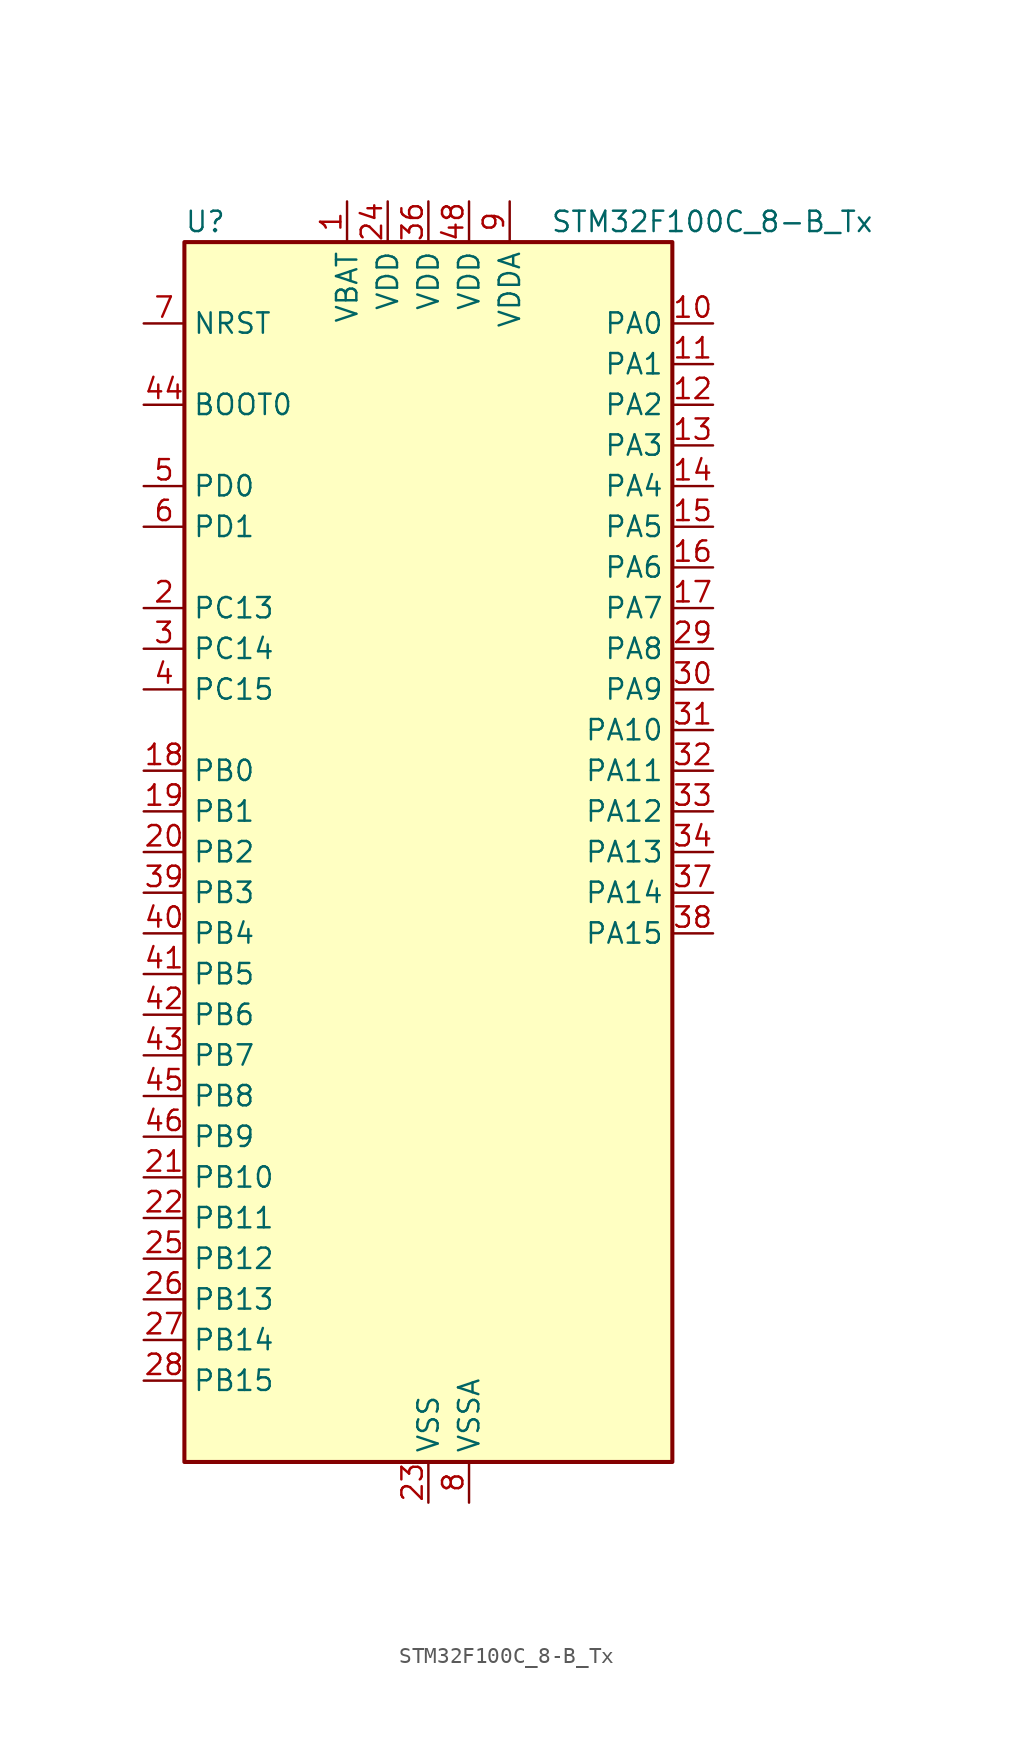
<source format=kicad_sym>
(kicad_symbol_lib
  (version 20241209)
  (generator "kicad_symbol_editor")
  (generator_version "9.0")
  (symbol "STM32F100C_8-B_Tx"
    (property "Reference" "U"
      (at -15.24 39.37 0)
      (effects (font (size 1.27 1.27)) (justify left)))
    (property "Value" "STM32F100C_8-B_Tx"
      (at 7.62 39.37 0)
      (effects (font (size 1.27 1.27)) (justify left)))
    (symbol "STM32F100C_8-B_Tx_0_1"
      (rectangle (start -15.24 -38.1) (end 15.24 38.1) (stroke (width 0.254) (type default)) (fill (type background))))
    (symbol "STM32F100C_8-B_Tx_1_1"
      (pin input line (at -17.78 33.02 0) (length 2.54) (name "NRST" (effects (font (size 1.27 1.27)))) (number "7" (effects (font (size 1.27 1.27)))))
      (pin input line (at -17.78 27.94 0) (length 2.54) (name "BOOT0" (effects (font (size 1.27 1.27)))) (number "44" (effects (font (size 1.27 1.27)))))
      (pin bidirectional line (at -17.78 22.86 0) (length 2.54) (name "PD0" (effects (font (size 1.27 1.27)))) (number "5" (effects (font (size 1.27 1.27)))) (alternate "RCC_OSC_IN" bidirectional line))
      (pin bidirectional line (at -17.78 20.32 0) (length 2.54) (name "PD1" (effects (font (size 1.27 1.27)))) (number "6" (effects (font (size 1.27 1.27)))) (alternate "RCC_OSC_OUT" bidirectional line))
      (pin bidirectional line (at -17.78 15.24 0) (length 2.54) (name "PC13" (effects (font (size 1.27 1.27)))) (number "2" (effects (font (size 1.27 1.27)))) (alternate "RTC_OUT" bidirectional line) (alternate "RTC_TAMPER" bidirectional line))
      (pin bidirectional line (at -17.78 12.7 0) (length 2.54) (name "PC14" (effects (font (size 1.27 1.27)))) (number "3" (effects (font (size 1.27 1.27)))) (alternate "RCC_OSC32_IN" bidirectional line))
      (pin bidirectional line (at -17.78 10.16 0) (length 2.54) (name "PC15" (effects (font (size 1.27 1.27)))) (number "4" (effects (font (size 1.27 1.27)))) (alternate "ADC1_EXTI15" bidirectional line) (alternate "RCC_OSC32_OUT" bidirectional line))
      (pin bidirectional line (at -17.78 5.08 0) (length 2.54) (name "PB0" (effects (font (size 1.27 1.27)))) (number "18" (effects (font (size 1.27 1.27)))) (alternate "ADC1_IN8" bidirectional line) (alternate "TIM1_CH2N" bidirectional line) (alternate "TIM3_CH3" bidirectional line))
      (pin bidirectional line (at -17.78 2.54 0) (length 2.54) (name "PB1" (effects (font (size 1.27 1.27)))) (number "19" (effects (font (size 1.27 1.27)))) (alternate "ADC1_IN9" bidirectional line) (alternate "TIM1_CH3N" bidirectional line) (alternate "TIM3_CH4" bidirectional line))
      (pin bidirectional line (at -17.78 0 0) (length 2.54) (name "PB2" (effects (font (size 1.27 1.27)))) (number "20" (effects (font (size 1.27 1.27)))))
      (pin bidirectional line (at -17.78 -2.54 0) (length 2.54) (name "PB3" (effects (font (size 1.27 1.27)))) (number "39" (effects (font (size 1.27 1.27)))) (alternate "SPI1_SCK" bidirectional line) (alternate "SYS_JTDO-TRACESWO" bidirectional line) (alternate "TIM2_CH2" bidirectional line))
      (pin bidirectional line (at -17.78 -5.08 0) (length 2.54) (name "PB4" (effects (font (size 1.27 1.27)))) (number "40" (effects (font (size 1.27 1.27)))) (alternate "SPI1_MISO" bidirectional line) (alternate "SYS_NJTRST" bidirectional line) (alternate "TIM3_CH1" bidirectional line))
      (pin bidirectional line (at -17.78 -7.62 0) (length 2.54) (name "PB5" (effects (font (size 1.27 1.27)))) (number "41" (effects (font (size 1.27 1.27)))) (alternate "I2C1_SMBA" bidirectional line) (alternate "SPI1_MOSI" bidirectional line) (alternate "TIM16_BKIN" bidirectional line) (alternate "TIM3_CH2" bidirectional line))
      (pin bidirectional line (at -17.78 -10.16 0) (length 2.54) (name "PB6" (effects (font (size 1.27 1.27)))) (number "42" (effects (font (size 1.27 1.27)))) (alternate "I2C1_SCL" bidirectional line) (alternate "TIM16_CH1N" bidirectional line) (alternate "TIM4_CH1" bidirectional line) (alternate "USART1_TX" bidirectional line))
      (pin bidirectional line (at -17.78 -12.7 0) (length 2.54) (name "PB7" (effects (font (size 1.27 1.27)))) (number "43" (effects (font (size 1.27 1.27)))) (alternate "I2C1_SDA" bidirectional line) (alternate "TIM17_CH1N" bidirectional line) (alternate "TIM4_CH2" bidirectional line) (alternate "USART1_RX" bidirectional line))
      (pin bidirectional line (at -17.78 -15.24 0) (length 2.54) (name "PB8" (effects (font (size 1.27 1.27)))) (number "45" (effects (font (size 1.27 1.27)))) (alternate "CEC" bidirectional line) (alternate "I2C1_SCL" bidirectional line) (alternate "TIM16_CH1" bidirectional line) (alternate "TIM4_CH3" bidirectional line))
      (pin bidirectional line (at -17.78 -17.78 0) (length 2.54) (name "PB9" (effects (font (size 1.27 1.27)))) (number "46" (effects (font (size 1.27 1.27)))) (alternate "DAC_EXTI9" bidirectional line) (alternate "I2C1_SDA" bidirectional line) (alternate "TIM17_CH1" bidirectional line) (alternate "TIM4_CH4" bidirectional line))
      (pin bidirectional line (at -17.78 -20.32 0) (length 2.54) (name "PB10" (effects (font (size 1.27 1.27)))) (number "21" (effects (font (size 1.27 1.27)))) (alternate "CEC" bidirectional line) (alternate "I2C2_SCL" bidirectional line) (alternate "TIM2_CH3" bidirectional line) (alternate "USART3_TX" bidirectional line))
      (pin bidirectional line (at -17.78 -22.86 0) (length 2.54) (name "PB11" (effects (font (size 1.27 1.27)))) (number "22" (effects (font (size 1.27 1.27)))) (alternate "ADC1_EXTI11" bidirectional line) (alternate "I2C2_SDA" bidirectional line) (alternate "TIM2_CH4" bidirectional line) (alternate "USART3_RX" bidirectional line))
      (pin bidirectional line (at -17.78 -25.4 0) (length 2.54) (name "PB12" (effects (font (size 1.27 1.27)))) (number "25" (effects (font (size 1.27 1.27)))) (alternate "I2C2_SMBA" bidirectional line) (alternate "SPI2_NSS" bidirectional line) (alternate "TIM1_BKIN" bidirectional line) (alternate "USART3_CK" bidirectional line))
      (pin bidirectional line (at -17.78 -27.94 0) (length 2.54) (name "PB13" (effects (font (size 1.27 1.27)))) (number "26" (effects (font (size 1.27 1.27)))) (alternate "SPI2_SCK" bidirectional line) (alternate "TIM1_CH1N" bidirectional line) (alternate "USART3_CTS" bidirectional line))
      (pin bidirectional line (at -17.78 -30.48 0) (length 2.54) (name "PB14" (effects (font (size 1.27 1.27)))) (number "27" (effects (font (size 1.27 1.27)))) (alternate "SPI2_MISO" bidirectional line) (alternate "TIM15_CH1" bidirectional line) (alternate "TIM1_CH2N" bidirectional line) (alternate "USART3_RTS" bidirectional line))
      (pin bidirectional line (at -17.78 -33.02 0) (length 2.54) (name "PB15" (effects (font (size 1.27 1.27)))) (number "28" (effects (font (size 1.27 1.27)))) (alternate "ADC1_EXTI15" bidirectional line) (alternate "SPI2_MOSI" bidirectional line) (alternate "TIM15_CH1N" bidirectional line) (alternate "TIM15_CH2" bidirectional line) (alternate "TIM1_CH3N" bidirectional line))
      (pin power_in line (at -5.08 40.64 270) (length 2.54) (name "VBAT" (effects (font (size 1.27 1.27)))) (number "1" (effects (font (size 1.27 1.27)))))
      (pin power_in line (at -2.54 40.64 270) (length 2.54) (name "VDD" (effects (font (size 1.27 1.27)))) (number "24" (effects (font (size 1.27 1.27)))))
      (pin power_in line (at 0 40.64 270) (length 2.54) (name "VDD" (effects (font (size 1.27 1.27)))) (number "36" (effects (font (size 1.27 1.27)))))
      (pin power_in line (at 0 -40.64 90) (length 2.54) (name "VSS" (effects (font (size 1.27 1.27)))) (number "23" (effects (font (size 1.27 1.27)))))
      (pin passive line (at 0 -40.64 90) (length 2.54) (hide yes) (name "VSS" (effects (font (size 1.27 1.27)))) (number "35" (effects (font (size 1.27 1.27)))))
      (pin passive line (at 0 -40.64 90) (length 2.54) (hide yes) (name "VSS" (effects (font (size 1.27 1.27)))) (number "47" (effects (font (size 1.27 1.27)))))
      (pin power_in line (at 2.54 40.64 270) (length 2.54) (name "VDD" (effects (font (size 1.27 1.27)))) (number "48" (effects (font (size 1.27 1.27)))))
      (pin power_in line (at 2.54 -40.64 90) (length 2.54) (name "VSSA" (effects (font (size 1.27 1.27)))) (number "8" (effects (font (size 1.27 1.27)))))
      (pin power_in line (at 5.08 40.64 270) (length 2.54) (name "VDDA" (effects (font (size 1.27 1.27)))) (number "9" (effects (font (size 1.27 1.27)))))
      (pin bidirectional line (at 17.78 33.02 180) (length 2.54) (name "PA0" (effects (font (size 1.27 1.27)))) (number "10" (effects (font (size 1.27 1.27)))) (alternate "ADC1_IN0" bidirectional line) (alternate "SYS_WKUP" bidirectional line) (alternate "TIM2_CH1" bidirectional line) (alternate "TIM2_ETR" bidirectional line) (alternate "USART2_CTS" bidirectional line))
      (pin bidirectional line (at 17.78 30.48 180) (length 2.54) (name "PA1" (effects (font (size 1.27 1.27)))) (number "11" (effects (font (size 1.27 1.27)))) (alternate "ADC1_IN1" bidirectional line) (alternate "TIM2_CH2" bidirectional line) (alternate "USART2_RTS" bidirectional line))
      (pin bidirectional line (at 17.78 27.94 180) (length 2.54) (name "PA2" (effects (font (size 1.27 1.27)))) (number "12" (effects (font (size 1.27 1.27)))) (alternate "ADC1_IN2" bidirectional line) (alternate "TIM15_CH1" bidirectional line) (alternate "TIM2_CH3" bidirectional line) (alternate "USART2_TX" bidirectional line))
      (pin bidirectional line (at 17.78 25.4 180) (length 2.54) (name "PA3" (effects (font (size 1.27 1.27)))) (number "13" (effects (font (size 1.27 1.27)))) (alternate "ADC1_IN3" bidirectional line) (alternate "TIM15_CH2" bidirectional line) (alternate "TIM2_CH4" bidirectional line) (alternate "USART2_RX" bidirectional line))
      (pin bidirectional line (at 17.78 22.86 180) (length 2.54) (name "PA4" (effects (font (size 1.27 1.27)))) (number "14" (effects (font (size 1.27 1.27)))) (alternate "ADC1_IN4" bidirectional line) (alternate "DAC_OUT1" bidirectional line) (alternate "SPI1_NSS" bidirectional line) (alternate "USART2_CK" bidirectional line))
      (pin bidirectional line (at 17.78 20.32 180) (length 2.54) (name "PA5" (effects (font (size 1.27 1.27)))) (number "15" (effects (font (size 1.27 1.27)))) (alternate "ADC1_IN5" bidirectional line) (alternate "DAC_OUT2" bidirectional line) (alternate "SPI1_SCK" bidirectional line))
      (pin bidirectional line (at 17.78 17.78 180) (length 2.54) (name "PA6" (effects (font (size 1.27 1.27)))) (number "16" (effects (font (size 1.27 1.27)))) (alternate "ADC1_IN6" bidirectional line) (alternate "SPI1_MISO" bidirectional line) (alternate "TIM16_CH1" bidirectional line) (alternate "TIM1_BKIN" bidirectional line) (alternate "TIM3_CH1" bidirectional line))
      (pin bidirectional line (at 17.78 15.24 180) (length 2.54) (name "PA7" (effects (font (size 1.27 1.27)))) (number "17" (effects (font (size 1.27 1.27)))) (alternate "ADC1_IN7" bidirectional line) (alternate "SPI1_MOSI" bidirectional line) (alternate "TIM17_CH1" bidirectional line) (alternate "TIM1_CH1N" bidirectional line) (alternate "TIM3_CH2" bidirectional line))
      (pin bidirectional line (at 17.78 12.7 180) (length 2.54) (name "PA8" (effects (font (size 1.27 1.27)))) (number "29" (effects (font (size 1.27 1.27)))) (alternate "RCC_MCO" bidirectional line) (alternate "TIM1_CH1" bidirectional line) (alternate "USART1_CK" bidirectional line))
      (pin bidirectional line (at 17.78 10.16 180) (length 2.54) (name "PA9" (effects (font (size 1.27 1.27)))) (number "30" (effects (font (size 1.27 1.27)))) (alternate "DAC_EXTI9" bidirectional line) (alternate "TIM15_BKIN" bidirectional line) (alternate "TIM1_CH2" bidirectional line) (alternate "USART1_TX" bidirectional line))
      (pin bidirectional line (at 17.78 7.62 180) (length 2.54) (name "PA10" (effects (font (size 1.27 1.27)))) (number "31" (effects (font (size 1.27 1.27)))) (alternate "TIM17_BKIN" bidirectional line) (alternate "TIM1_CH3" bidirectional line) (alternate "USART1_RX" bidirectional line))
      (pin bidirectional line (at 17.78 5.08 180) (length 2.54) (name "PA11" (effects (font (size 1.27 1.27)))) (number "32" (effects (font (size 1.27 1.27)))) (alternate "ADC1_EXTI11" bidirectional line) (alternate "TIM1_CH4" bidirectional line) (alternate "USART1_CTS" bidirectional line))
      (pin bidirectional line (at 17.78 2.54 180) (length 2.54) (name "PA12" (effects (font (size 1.27 1.27)))) (number "33" (effects (font (size 1.27 1.27)))) (alternate "TIM1_ETR" bidirectional line) (alternate "USART1_RTS" bidirectional line))
      (pin bidirectional line (at 17.78 0 180) (length 2.54) (name "PA13" (effects (font (size 1.27 1.27)))) (number "34" (effects (font (size 1.27 1.27)))) (alternate "SYS_JTMS-SWDIO" bidirectional line))
      (pin bidirectional line (at 17.78 -2.54 180) (length 2.54) (name "PA14" (effects (font (size 1.27 1.27)))) (number "37" (effects (font (size 1.27 1.27)))) (alternate "SYS_JTCK-SWCLK" bidirectional line))
      (pin bidirectional line (at 17.78 -5.08 180) (length 2.54) (name "PA15" (effects (font (size 1.27 1.27)))) (number "38" (effects (font (size 1.27 1.27)))) (alternate "ADC1_EXTI15" bidirectional line) (alternate "SPI1_NSS" bidirectional line) (alternate "SYS_JTDI" bidirectional line) (alternate "TIM2_CH1" bidirectional line) (alternate "TIM2_ETR" bidirectional line)))))
</source>
